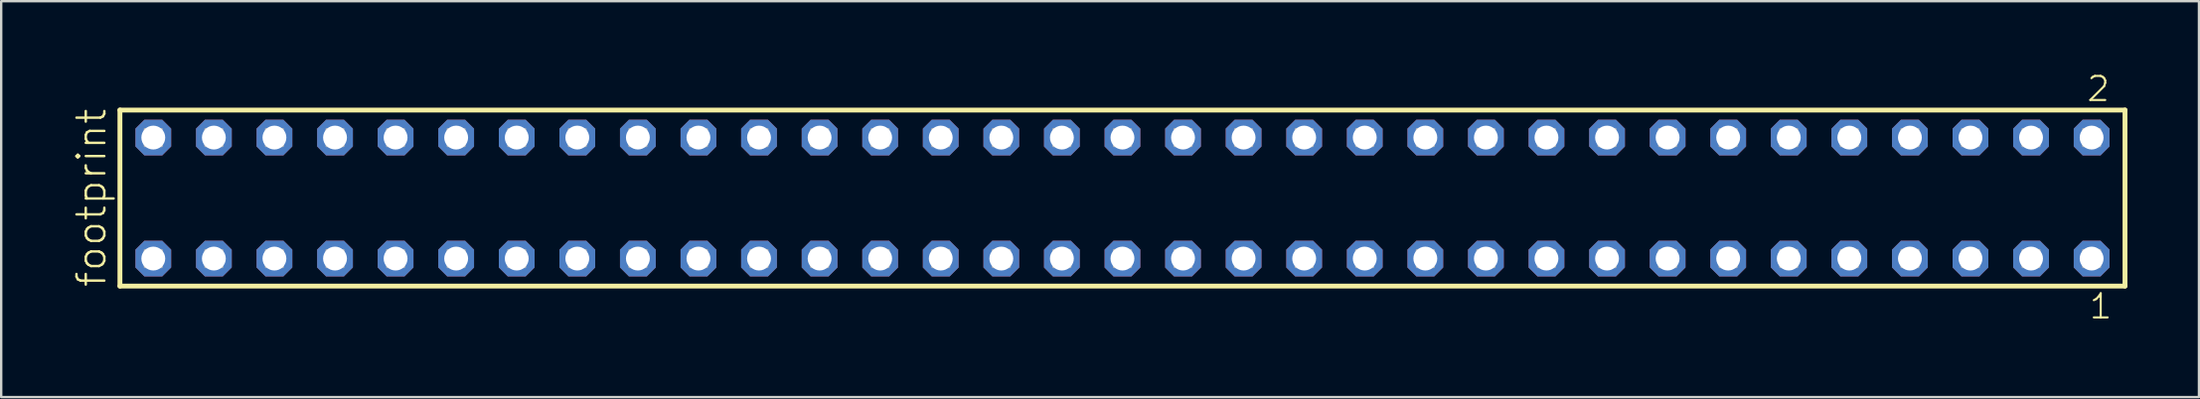
<source format=kicad_pcb>
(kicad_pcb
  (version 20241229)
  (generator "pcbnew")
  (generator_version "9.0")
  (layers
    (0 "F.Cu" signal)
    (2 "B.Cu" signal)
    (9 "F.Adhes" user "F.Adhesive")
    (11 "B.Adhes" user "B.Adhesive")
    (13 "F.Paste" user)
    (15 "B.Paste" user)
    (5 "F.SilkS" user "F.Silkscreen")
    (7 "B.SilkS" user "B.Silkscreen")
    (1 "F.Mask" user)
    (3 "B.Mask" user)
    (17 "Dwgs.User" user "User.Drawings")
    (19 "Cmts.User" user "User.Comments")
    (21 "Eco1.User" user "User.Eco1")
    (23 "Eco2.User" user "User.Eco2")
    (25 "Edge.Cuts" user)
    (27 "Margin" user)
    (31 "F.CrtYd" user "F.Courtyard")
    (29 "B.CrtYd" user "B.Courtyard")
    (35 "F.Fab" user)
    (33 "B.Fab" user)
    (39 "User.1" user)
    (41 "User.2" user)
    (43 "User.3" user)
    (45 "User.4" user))
  (footprint "footprint"
    (layer "F.Cu")
    (at 44.018 5.265)
    (property "Reference" "footprint" (at -42.545 3.81 90) (layer "F.SilkS") (effects (font (size 1.168 1.168) (thickness 0.102)) (justify left bottom)))
    (fp_line (start -42.039 -3.695) (end 42.039 -3.695) (stroke (width 0.203) (type solid)) (layer "F.SilkS"))
    (fp_line (start -42.039 3.695) (end -42.039 -3.695) (stroke (width 0.203) (type solid)) (layer "F.SilkS"))
    (fp_line (start 42.039 -3.695) (end 42.039 3.695) (stroke (width 0.203) (type solid)) (layer "F.SilkS"))
    (fp_line (start 42.039 3.695) (end -42.039 3.695) (stroke (width 0.203) (type solid)) (layer "F.SilkS"))
    (fp_poly (pts (xy -40.99 -2.19) (xy -40.29 -2.19) (xy -40.29 -2.89) (xy -40.99 -2.89)) (stroke (width 0.1) (type solid)) (fill no) (layer "F.Fab"))
    (fp_poly (pts (xy -40.99 2.89) (xy -40.29 2.89) (xy -40.29 2.19) (xy -40.99 2.19)) (stroke (width 0.1) (type solid)) (fill no) (layer "F.Fab"))
    (fp_poly (pts (xy -38.45 -2.19) (xy -37.75 -2.19) (xy -37.75 -2.89) (xy -38.45 -2.89)) (stroke (width 0.1) (type solid)) (fill no) (layer "F.Fab"))
    (fp_poly (pts (xy -38.45 2.89) (xy -37.75 2.89) (xy -37.75 2.19) (xy -38.45 2.19)) (stroke (width 0.1) (type solid)) (fill no) (layer "F.Fab"))
    (fp_poly (pts (xy -35.91 -2.19) (xy -35.21 -2.19) (xy -35.21 -2.89) (xy -35.91 -2.89)) (stroke (width 0.1) (type solid)) (fill no) (layer "F.Fab"))
    (fp_poly (pts (xy -35.91 2.89) (xy -35.21 2.89) (xy -35.21 2.19) (xy -35.91 2.19)) (stroke (width 0.1) (type solid)) (fill no) (layer "F.Fab"))
    (fp_poly (pts (xy -33.37 -2.19) (xy -32.67 -2.19) (xy -32.67 -2.89) (xy -33.37 -2.89)) (stroke (width 0.1) (type solid)) (fill no) (layer "F.Fab"))
    (fp_poly (pts (xy -33.37 2.89) (xy -32.67 2.89) (xy -32.67 2.19) (xy -33.37 2.19)) (stroke (width 0.1) (type solid)) (fill no) (layer "F.Fab"))
    (fp_poly (pts (xy -30.83 -2.19) (xy -30.13 -2.19) (xy -30.13 -2.89) (xy -30.83 -2.89)) (stroke (width 0.1) (type solid)) (fill no) (layer "F.Fab"))
    (fp_poly (pts (xy -30.83 2.89) (xy -30.13 2.89) (xy -30.13 2.19) (xy -30.83 2.19)) (stroke (width 0.1) (type solid)) (fill no) (layer "F.Fab"))
    (fp_poly (pts (xy -28.29 -2.19) (xy -27.59 -2.19) (xy -27.59 -2.89) (xy -28.29 -2.89)) (stroke (width 0.1) (type solid)) (fill no) (layer "F.Fab"))
    (fp_poly (pts (xy -28.29 2.89) (xy -27.59 2.89) (xy -27.59 2.19) (xy -28.29 2.19)) (stroke (width 0.1) (type solid)) (fill no) (layer "F.Fab"))
    (fp_poly (pts (xy -25.75 -2.19) (xy -25.05 -2.19) (xy -25.05 -2.89) (xy -25.75 -2.89)) (stroke (width 0.1) (type solid)) (fill no) (layer "F.Fab"))
    (fp_poly (pts (xy -25.75 2.89) (xy -25.05 2.89) (xy -25.05 2.19) (xy -25.75 2.19)) (stroke (width 0.1) (type solid)) (fill no) (layer "F.Fab"))
    (fp_poly (pts (xy -23.21 -2.19) (xy -22.51 -2.19) (xy -22.51 -2.89) (xy -23.21 -2.89)) (stroke (width 0.1) (type solid)) (fill no) (layer "F.Fab"))
    (fp_poly (pts (xy -23.21 2.89) (xy -22.51 2.89) (xy -22.51 2.19) (xy -23.21 2.19)) (stroke (width 0.1) (type solid)) (fill no) (layer "F.Fab"))
    (fp_poly (pts (xy -20.67 -2.19) (xy -19.97 -2.19) (xy -19.97 -2.89) (xy -20.67 -2.89)) (stroke (width 0.1) (type solid)) (fill no) (layer "F.Fab"))
    (fp_poly (pts (xy -20.67 2.89) (xy -19.97 2.89) (xy -19.97 2.19) (xy -20.67 2.19)) (stroke (width 0.1) (type solid)) (fill no) (layer "F.Fab"))
    (fp_poly (pts (xy -18.13 -2.19) (xy -17.43 -2.19) (xy -17.43 -2.89) (xy -18.13 -2.89)) (stroke (width 0.1) (type solid)) (fill no) (layer "F.Fab"))
    (fp_poly (pts (xy -18.13 2.89) (xy -17.43 2.89) (xy -17.43 2.19) (xy -18.13 2.19)) (stroke (width 0.1) (type solid)) (fill no) (layer "F.Fab"))
    (fp_poly (pts (xy -15.59 -2.19) (xy -14.89 -2.19) (xy -14.89 -2.89) (xy -15.59 -2.89)) (stroke (width 0.1) (type solid)) (fill no) (layer "F.Fab"))
    (fp_poly (pts (xy -15.59 2.89) (xy -14.89 2.89) (xy -14.89 2.19) (xy -15.59 2.19)) (stroke (width 0.1) (type solid)) (fill no) (layer "F.Fab"))
    (fp_poly (pts (xy -13.05 -2.19) (xy -12.35 -2.19) (xy -12.35 -2.89) (xy -13.05 -2.89)) (stroke (width 0.1) (type solid)) (fill no) (layer "F.Fab"))
    (fp_poly (pts (xy -13.05 2.89) (xy -12.35 2.89) (xy -12.35 2.19) (xy -13.05 2.19)) (stroke (width 0.1) (type solid)) (fill no) (layer "F.Fab"))
    (fp_poly (pts (xy -10.51 -2.19) (xy -9.81 -2.19) (xy -9.81 -2.89) (xy -10.51 -2.89)) (stroke (width 0.1) (type solid)) (fill no) (layer "F.Fab"))
    (fp_poly (pts (xy -10.51 2.89) (xy -9.81 2.89) (xy -9.81 2.19) (xy -10.51 2.19)) (stroke (width 0.1) (type solid)) (fill no) (layer "F.Fab"))
    (fp_poly (pts (xy -7.97 -2.19) (xy -7.27 -2.19) (xy -7.27 -2.89) (xy -7.97 -2.89)) (stroke (width 0.1) (type solid)) (fill no) (layer "F.Fab"))
    (fp_poly (pts (xy -7.97 2.89) (xy -7.27 2.89) (xy -7.27 2.19) (xy -7.97 2.19)) (stroke (width 0.1) (type solid)) (fill no) (layer "F.Fab"))
    (fp_poly (pts (xy -5.43 -2.19) (xy -4.73 -2.19) (xy -4.73 -2.89) (xy -5.43 -2.89)) (stroke (width 0.1) (type solid)) (fill no) (layer "F.Fab"))
    (fp_poly (pts (xy -5.43 2.89) (xy -4.73 2.89) (xy -4.73 2.19) (xy -5.43 2.19)) (stroke (width 0.1) (type solid)) (fill no) (layer "F.Fab"))
    (fp_poly (pts (xy -2.89 -2.19) (xy -2.19 -2.19) (xy -2.19 -2.89) (xy -2.89 -2.89)) (stroke (width 0.1) (type solid)) (fill no) (layer "F.Fab"))
    (fp_poly (pts (xy -2.89 2.89) (xy -2.19 2.89) (xy -2.19 2.19) (xy -2.89 2.19)) (stroke (width 0.1) (type solid)) (fill no) (layer "F.Fab"))
    (fp_poly (pts (xy -0.35 -2.19) (xy 0.35 -2.19) (xy 0.35 -2.89) (xy -0.35 -2.89)) (stroke (width 0.1) (type solid)) (fill no) (layer "F.Fab"))
    (fp_poly (pts (xy -0.35 2.89) (xy 0.35 2.89) (xy 0.35 2.19) (xy -0.35 2.19)) (stroke (width 0.1) (type solid)) (fill no) (layer "F.Fab"))
    (fp_poly (pts (xy 2.19 -2.19) (xy 2.89 -2.19) (xy 2.89 -2.89) (xy 2.19 -2.89)) (stroke (width 0.1) (type solid)) (fill no) (layer "F.Fab"))
    (fp_poly (pts (xy 2.19 2.89) (xy 2.89 2.89) (xy 2.89 2.19) (xy 2.19 2.19)) (stroke (width 0.1) (type solid)) (fill no) (layer "F.Fab"))
    (fp_poly (pts (xy 4.73 -2.19) (xy 5.43 -2.19) (xy 5.43 -2.89) (xy 4.73 -2.89)) (stroke (width 0.1) (type solid)) (fill no) (layer "F.Fab"))
    (fp_poly (pts (xy 4.73 2.89) (xy 5.43 2.89) (xy 5.43 2.19) (xy 4.73 2.19)) (stroke (width 0.1) (type solid)) (fill no) (layer "F.Fab"))
    (fp_poly (pts (xy 7.27 -2.19) (xy 7.97 -2.19) (xy 7.97 -2.89) (xy 7.27 -2.89)) (stroke (width 0.1) (type solid)) (fill no) (layer "F.Fab"))
    (fp_poly (pts (xy 7.27 2.89) (xy 7.97 2.89) (xy 7.97 2.19) (xy 7.27 2.19)) (stroke (width 0.1) (type solid)) (fill no) (layer "F.Fab"))
    (fp_poly (pts (xy 9.81 -2.19) (xy 10.51 -2.19) (xy 10.51 -2.89) (xy 9.81 -2.89)) (stroke (width 0.1) (type solid)) (fill no) (layer "F.Fab"))
    (fp_poly (pts (xy 9.81 2.89) (xy 10.51 2.89) (xy 10.51 2.19) (xy 9.81 2.19)) (stroke (width 0.1) (type solid)) (fill no) (layer "F.Fab"))
    (fp_poly (pts (xy 12.35 -2.19) (xy 13.05 -2.19) (xy 13.05 -2.89) (xy 12.35 -2.89)) (stroke (width 0.1) (type solid)) (fill no) (layer "F.Fab"))
    (fp_poly (pts (xy 12.35 2.89) (xy 13.05 2.89) (xy 13.05 2.19) (xy 12.35 2.19)) (stroke (width 0.1) (type solid)) (fill no) (layer "F.Fab"))
    (fp_poly (pts (xy 14.89 -2.19) (xy 15.59 -2.19) (xy 15.59 -2.89) (xy 14.89 -2.89)) (stroke (width 0.1) (type solid)) (fill no) (layer "F.Fab"))
    (fp_poly (pts (xy 14.89 2.89) (xy 15.59 2.89) (xy 15.59 2.19) (xy 14.89 2.19)) (stroke (width 0.1) (type solid)) (fill no) (layer "F.Fab"))
    (fp_poly (pts (xy 17.43 -2.19) (xy 18.13 -2.19) (xy 18.13 -2.89) (xy 17.43 -2.89)) (stroke (width 0.1) (type solid)) (fill no) (layer "F.Fab"))
    (fp_poly (pts (xy 17.43 2.89) (xy 18.13 2.89) (xy 18.13 2.19) (xy 17.43 2.19)) (stroke (width 0.1) (type solid)) (fill no) (layer "F.Fab"))
    (fp_poly (pts (xy 19.97 -2.19) (xy 20.67 -2.19) (xy 20.67 -2.89) (xy 19.97 -2.89)) (stroke (width 0.1) (type solid)) (fill no) (layer "F.Fab"))
    (fp_poly (pts (xy 19.97 2.89) (xy 20.67 2.89) (xy 20.67 2.19) (xy 19.97 2.19)) (stroke (width 0.1) (type solid)) (fill no) (layer "F.Fab"))
    (fp_poly (pts (xy 22.51 -2.19) (xy 23.21 -2.19) (xy 23.21 -2.89) (xy 22.51 -2.89)) (stroke (width 0.1) (type solid)) (fill no) (layer "F.Fab"))
    (fp_poly (pts (xy 22.51 2.89) (xy 23.21 2.89) (xy 23.21 2.19) (xy 22.51 2.19)) (stroke (width 0.1) (type solid)) (fill no) (layer "F.Fab"))
    (fp_poly (pts (xy 25.05 -2.19) (xy 25.75 -2.19) (xy 25.75 -2.89) (xy 25.05 -2.89)) (stroke (width 0.1) (type solid)) (fill no) (layer "F.Fab"))
    (fp_poly (pts (xy 25.05 2.89) (xy 25.75 2.89) (xy 25.75 2.19) (xy 25.05 2.19)) (stroke (width 0.1) (type solid)) (fill no) (layer "F.Fab"))
    (fp_poly (pts (xy 27.59 -2.19) (xy 28.29 -2.19) (xy 28.29 -2.89) (xy 27.59 -2.89)) (stroke (width 0.1) (type solid)) (fill no) (layer "F.Fab"))
    (fp_poly (pts (xy 27.59 2.89) (xy 28.29 2.89) (xy 28.29 2.19) (xy 27.59 2.19)) (stroke (width 0.1) (type solid)) (fill no) (layer "F.Fab"))
    (fp_poly (pts (xy 30.13 -2.19) (xy 30.83 -2.19) (xy 30.83 -2.89) (xy 30.13 -2.89)) (stroke (width 0.1) (type solid)) (fill no) (layer "F.Fab"))
    (fp_poly (pts (xy 30.13 2.89) (xy 30.83 2.89) (xy 30.83 2.19) (xy 30.13 2.19)) (stroke (width 0.1) (type solid)) (fill no) (layer "F.Fab"))
    (fp_poly (pts (xy 32.67 -2.19) (xy 33.37 -2.19) (xy 33.37 -2.89) (xy 32.67 -2.89)) (stroke (width 0.1) (type solid)) (fill no) (layer "F.Fab"))
    (fp_poly (pts (xy 32.67 2.89) (xy 33.37 2.89) (xy 33.37 2.19) (xy 32.67 2.19)) (stroke (width 0.1) (type solid)) (fill no) (layer "F.Fab"))
    (fp_poly (pts (xy 35.21 -2.19) (xy 35.91 -2.19) (xy 35.91 -2.89) (xy 35.21 -2.89)) (stroke (width 0.1) (type solid)) (fill no) (layer "F.Fab"))
    (fp_poly (pts (xy 35.21 2.89) (xy 35.91 2.89) (xy 35.91 2.19) (xy 35.21 2.19)) (stroke (width 0.1) (type solid)) (fill no) (layer "F.Fab"))
    (fp_poly (pts (xy 37.75 -2.19) (xy 38.45 -2.19) (xy 38.45 -2.89) (xy 37.75 -2.89)) (stroke (width 0.1) (type solid)) (fill no) (layer "F.Fab"))
    (fp_poly (pts (xy 37.75 2.89) (xy 38.45 2.89) (xy 38.45 2.19) (xy 37.75 2.19)) (stroke (width 0.1) (type solid)) (fill no) (layer "F.Fab"))
    (fp_poly (pts (xy 40.29 -2.19) (xy 40.99 -2.19) (xy 40.99 -2.89) (xy 40.29 -2.89)) (stroke (width 0.1) (type solid)) (fill no) (layer "F.Fab"))
    (fp_poly (pts (xy 40.29 2.89) (xy 40.99 2.89) (xy 40.99 2.19) (xy 40.29 2.19)) (stroke (width 0.1) (type solid)) (fill no) (layer "F.Fab"))
    (fp_text user "2" (at 40.382 -3.989 0) (layer "F.SilkS") (effects (font (size 1.012 1.012) (thickness 0.088)) (justify left bottom)))
    (fp_text user "1" (at 40.482 5.138 0) (layer "F.SilkS") (effects (font (size 1.012 1.012) (thickness 0.088)) (justify left bottom)))
    (pad "1" thru_hole roundrect (at 40.64 2.54 180) (size 1.5 1.5) (drill 1) (layers "*.Cu" "*.Mask") (roundrect_rratio 0.25) (chamfer_ratio 0.25) (chamfer top_left top_right bottom_left bottom_right))
    (pad "2" thru_hole roundrect (at 40.64 -2.54 180) (size 1.5 1.5) (drill 1) (layers "*.Cu" "*.Mask") (roundrect_rratio 0.25) (chamfer_ratio 0.25) (chamfer top_left top_right bottom_left bottom_right))
    (pad "3" thru_hole roundrect (at 38.1 2.54 180) (size 1.5 1.5) (drill 1) (layers "*.Cu" "*.Mask") (roundrect_rratio 0.25) (chamfer_ratio 0.25) (chamfer top_left top_right bottom_left bottom_right))
    (pad "4" thru_hole roundrect (at 38.1 -2.54 180) (size 1.5 1.5) (drill 1) (layers "*.Cu" "*.Mask") (roundrect_rratio 0.25) (chamfer_ratio 0.25) (chamfer top_left top_right bottom_left bottom_right))
    (pad "5" thru_hole roundrect (at 35.56 2.54 180) (size 1.5 1.5) (drill 1) (layers "*.Cu" "*.Mask") (roundrect_rratio 0.25) (chamfer_ratio 0.25) (chamfer top_left top_right bottom_left bottom_right))
    (pad "6" thru_hole roundrect (at 35.56 -2.54 180) (size 1.5 1.5) (drill 1) (layers "*.Cu" "*.Mask") (roundrect_rratio 0.25) (chamfer_ratio 0.25) (chamfer top_left top_right bottom_left bottom_right))
    (pad "7" thru_hole roundrect (at 33.02 2.54 180) (size 1.5 1.5) (drill 1) (layers "*.Cu" "*.Mask") (roundrect_rratio 0.25) (chamfer_ratio 0.25) (chamfer top_left top_right bottom_left bottom_right))
    (pad "8" thru_hole roundrect (at 33.02 -2.54 180) (size 1.5 1.5) (drill 1) (layers "*.Cu" "*.Mask") (roundrect_rratio 0.25) (chamfer_ratio 0.25) (chamfer top_left top_right bottom_left bottom_right))
    (pad "9" thru_hole roundrect (at 30.48 2.54 180) (size 1.5 1.5) (drill 1) (layers "*.Cu" "*.Mask") (roundrect_rratio 0.25) (chamfer_ratio 0.25) (chamfer top_left top_right bottom_left bottom_right))
    (pad "10" thru_hole roundrect (at 30.48 -2.54 180) (size 1.5 1.5) (drill 1) (layers "*.Cu" "*.Mask") (roundrect_rratio 0.25) (chamfer_ratio 0.25) (chamfer top_left top_right bottom_left bottom_right))
    (pad "11" thru_hole roundrect (at 27.94 2.54 180) (size 1.5 1.5) (drill 1) (layers "*.Cu" "*.Mask") (roundrect_rratio 0.25) (chamfer_ratio 0.25) (chamfer top_left top_right bottom_left bottom_right))
    (pad "12" thru_hole roundrect (at 27.94 -2.54 180) (size 1.5 1.5) (drill 1) (layers "*.Cu" "*.Mask") (roundrect_rratio 0.25) (chamfer_ratio 0.25) (chamfer top_left top_right bottom_left bottom_right))
    (pad "13" thru_hole roundrect (at 25.4 2.54 180) (size 1.5 1.5) (drill 1) (layers "*.Cu" "*.Mask") (roundrect_rratio 0.25) (chamfer_ratio 0.25) (chamfer top_left top_right bottom_left bottom_right))
    (pad "14" thru_hole roundrect (at 25.4 -2.54 180) (size 1.5 1.5) (drill 1) (layers "*.Cu" "*.Mask") (roundrect_rratio 0.25) (chamfer_ratio 0.25) (chamfer top_left top_right bottom_left bottom_right))
    (pad "15" thru_hole roundrect (at 22.86 2.54 180) (size 1.5 1.5) (drill 1) (layers "*.Cu" "*.Mask") (roundrect_rratio 0.25) (chamfer_ratio 0.25) (chamfer top_left top_right bottom_left bottom_right))
    (pad "16" thru_hole roundrect (at 22.86 -2.54 180) (size 1.5 1.5) (drill 1) (layers "*.Cu" "*.Mask") (roundrect_rratio 0.25) (chamfer_ratio 0.25) (chamfer top_left top_right bottom_left bottom_right))
    (pad "17" thru_hole roundrect (at 20.32 2.54 180) (size 1.5 1.5) (drill 1) (layers "*.Cu" "*.Mask") (roundrect_rratio 0.25) (chamfer_ratio 0.25) (chamfer top_left top_right bottom_left bottom_right))
    (pad "18" thru_hole roundrect (at 20.32 -2.54 180) (size 1.5 1.5) (drill 1) (layers "*.Cu" "*.Mask") (roundrect_rratio 0.25) (chamfer_ratio 0.25) (chamfer top_left top_right bottom_left bottom_right))
    (pad "19" thru_hole roundrect (at 17.78 2.54 180) (size 1.5 1.5) (drill 1) (layers "*.Cu" "*.Mask") (roundrect_rratio 0.25) (chamfer_ratio 0.25) (chamfer top_left top_right bottom_left bottom_right))
    (pad "20" thru_hole roundrect (at 17.78 -2.54 180) (size 1.5 1.5) (drill 1) (layers "*.Cu" "*.Mask") (roundrect_rratio 0.25) (chamfer_ratio 0.25) (chamfer top_left top_right bottom_left bottom_right))
    (pad "21" thru_hole roundrect (at 15.24 2.54 180) (size 1.5 1.5) (drill 1) (layers "*.Cu" "*.Mask") (roundrect_rratio 0.25) (chamfer_ratio 0.25) (chamfer top_left top_right bottom_left bottom_right))
    (pad "22" thru_hole roundrect (at 15.24 -2.54 180) (size 1.5 1.5) (drill 1) (layers "*.Cu" "*.Mask") (roundrect_rratio 0.25) (chamfer_ratio 0.25) (chamfer top_left top_right bottom_left bottom_right))
    (pad "23" thru_hole roundrect (at 12.7 2.54 180) (size 1.5 1.5) (drill 1) (layers "*.Cu" "*.Mask") (roundrect_rratio 0.25) (chamfer_ratio 0.25) (chamfer top_left top_right bottom_left bottom_right))
    (pad "24" thru_hole roundrect (at 12.7 -2.54 180) (size 1.5 1.5) (drill 1) (layers "*.Cu" "*.Mask") (roundrect_rratio 0.25) (chamfer_ratio 0.25) (chamfer top_left top_right bottom_left bottom_right))
    (pad "25" thru_hole roundrect (at 10.16 2.54 180) (size 1.5 1.5) (drill 1) (layers "*.Cu" "*.Mask") (roundrect_rratio 0.25) (chamfer_ratio 0.25) (chamfer top_left top_right bottom_left bottom_right))
    (pad "26" thru_hole roundrect (at 10.16 -2.54 180) (size 1.5 1.5) (drill 1) (layers "*.Cu" "*.Mask") (roundrect_rratio 0.25) (chamfer_ratio 0.25) (chamfer top_left top_right bottom_left bottom_right))
    (pad "27" thru_hole roundrect (at 7.62 2.54 180) (size 1.5 1.5) (drill 1) (layers "*.Cu" "*.Mask") (roundrect_rratio 0.25) (chamfer_ratio 0.25) (chamfer top_left top_right bottom_left bottom_right))
    (pad "28" thru_hole roundrect (at 7.62 -2.54 180) (size 1.5 1.5) (drill 1) (layers "*.Cu" "*.Mask") (roundrect_rratio 0.25) (chamfer_ratio 0.25) (chamfer top_left top_right bottom_left bottom_right))
    (pad "29" thru_hole roundrect (at 5.08 2.54 180) (size 1.5 1.5) (drill 1) (layers "*.Cu" "*.Mask") (roundrect_rratio 0.25) (chamfer_ratio 0.25) (chamfer top_left top_right bottom_left bottom_right))
    (pad "30" thru_hole roundrect (at 5.08 -2.54 180) (size 1.5 1.5) (drill 1) (layers "*.Cu" "*.Mask") (roundrect_rratio 0.25) (chamfer_ratio 0.25) (chamfer top_left top_right bottom_left bottom_right))
    (pad "31" thru_hole roundrect (at 2.54 2.54 180) (size 1.5 1.5) (drill 1) (layers "*.Cu" "*.Mask") (roundrect_rratio 0.25) (chamfer_ratio 0.25) (chamfer top_left top_right bottom_left bottom_right))
    (pad "32" thru_hole roundrect (at 2.54 -2.54 180) (size 1.5 1.5) (drill 1) (layers "*.Cu" "*.Mask") (roundrect_rratio 0.25) (chamfer_ratio 0.25) (chamfer top_left top_right bottom_left bottom_right))
    (pad "33" thru_hole roundrect (at 0 2.54 180) (size 1.5 1.5) (drill 1) (layers "*.Cu" "*.Mask") (roundrect_rratio 0.25) (chamfer_ratio 0.25) (chamfer top_left top_right bottom_left bottom_right))
    (pad "34" thru_hole roundrect (at 0 -2.54 180) (size 1.5 1.5) (drill 1) (layers "*.Cu" "*.Mask") (roundrect_rratio 0.25) (chamfer_ratio 0.25) (chamfer top_left top_right bottom_left bottom_right))
    (pad "35" thru_hole roundrect (at -2.54 2.54 180) (size 1.5 1.5) (drill 1) (layers "*.Cu" "*.Mask") (roundrect_rratio 0.25) (chamfer_ratio 0.25) (chamfer top_left top_right bottom_left bottom_right))
    (pad "36" thru_hole roundrect (at -2.54 -2.54 180) (size 1.5 1.5) (drill 1) (layers "*.Cu" "*.Mask") (roundrect_rratio 0.25) (chamfer_ratio 0.25) (chamfer top_left top_right bottom_left bottom_right))
    (pad "37" thru_hole roundrect (at -5.08 2.54 180) (size 1.5 1.5) (drill 1) (layers "*.Cu" "*.Mask") (roundrect_rratio 0.25) (chamfer_ratio 0.25) (chamfer top_left top_right bottom_left bottom_right))
    (pad "38" thru_hole roundrect (at -5.08 -2.54 180) (size 1.5 1.5) (drill 1) (layers "*.Cu" "*.Mask") (roundrect_rratio 0.25) (chamfer_ratio 0.25) (chamfer top_left top_right bottom_left bottom_right))
    (pad "39" thru_hole roundrect (at -7.62 2.54 180) (size 1.5 1.5) (drill 1) (layers "*.Cu" "*.Mask") (roundrect_rratio 0.25) (chamfer_ratio 0.25) (chamfer top_left top_right bottom_left bottom_right))
    (pad "40" thru_hole roundrect (at -7.62 -2.54 180) (size 1.5 1.5) (drill 1) (layers "*.Cu" "*.Mask") (roundrect_rratio 0.25) (chamfer_ratio 0.25) (chamfer top_left top_right bottom_left bottom_right))
    (pad "41" thru_hole roundrect (at -10.16 2.54 180) (size 1.5 1.5) (drill 1) (layers "*.Cu" "*.Mask") (roundrect_rratio 0.25) (chamfer_ratio 0.25) (chamfer top_left top_right bottom_left bottom_right))
    (pad "42" thru_hole roundrect (at -10.16 -2.54 180) (size 1.5 1.5) (drill 1) (layers "*.Cu" "*.Mask") (roundrect_rratio 0.25) (chamfer_ratio 0.25) (chamfer top_left top_right bottom_left bottom_right))
    (pad "43" thru_hole roundrect (at -12.7 2.54 180) (size 1.5 1.5) (drill 1) (layers "*.Cu" "*.Mask") (roundrect_rratio 0.25) (chamfer_ratio 0.25) (chamfer top_left top_right bottom_left bottom_right))
    (pad "44" thru_hole roundrect (at -12.7 -2.54 180) (size 1.5 1.5) (drill 1) (layers "*.Cu" "*.Mask") (roundrect_rratio 0.25) (chamfer_ratio 0.25) (chamfer top_left top_right bottom_left bottom_right))
    (pad "45" thru_hole roundrect (at -15.24 2.54 180) (size 1.5 1.5) (drill 1) (layers "*.Cu" "*.Mask") (roundrect_rratio 0.25) (chamfer_ratio 0.25) (chamfer top_left top_right bottom_left bottom_right))
    (pad "46" thru_hole roundrect (at -15.24 -2.54 180) (size 1.5 1.5) (drill 1) (layers "*.Cu" "*.Mask") (roundrect_rratio 0.25) (chamfer_ratio 0.25) (chamfer top_left top_right bottom_left bottom_right))
    (pad "47" thru_hole roundrect (at -17.78 2.54 180) (size 1.5 1.5) (drill 1) (layers "*.Cu" "*.Mask") (roundrect_rratio 0.25) (chamfer_ratio 0.25) (chamfer top_left top_right bottom_left bottom_right))
    (pad "48" thru_hole roundrect (at -17.78 -2.54 180) (size 1.5 1.5) (drill 1) (layers "*.Cu" "*.Mask") (roundrect_rratio 0.25) (chamfer_ratio 0.25) (chamfer top_left top_right bottom_left bottom_right))
    (pad "49" thru_hole roundrect (at -20.32 2.54 180) (size 1.5 1.5) (drill 1) (layers "*.Cu" "*.Mask") (roundrect_rratio 0.25) (chamfer_ratio 0.25) (chamfer top_left top_right bottom_left bottom_right))
    (pad "50" thru_hole roundrect (at -20.32 -2.54 180) (size 1.5 1.5) (drill 1) (layers "*.Cu" "*.Mask") (roundrect_rratio 0.25) (chamfer_ratio 0.25) (chamfer top_left top_right bottom_left bottom_right))
    (pad "51" thru_hole roundrect (at -22.86 2.54 180) (size 1.5 1.5) (drill 1) (layers "*.Cu" "*.Mask") (roundrect_rratio 0.25) (chamfer_ratio 0.25) (chamfer top_left top_right bottom_left bottom_right))
    (pad "52" thru_hole roundrect (at -22.86 -2.54 180) (size 1.5 1.5) (drill 1) (layers "*.Cu" "*.Mask") (roundrect_rratio 0.25) (chamfer_ratio 0.25) (chamfer top_left top_right bottom_left bottom_right))
    (pad "53" thru_hole roundrect (at -25.4 2.54 180) (size 1.5 1.5) (drill 1) (layers "*.Cu" "*.Mask") (roundrect_rratio 0.25) (chamfer_ratio 0.25) (chamfer top_left top_right bottom_left bottom_right))
    (pad "54" thru_hole roundrect (at -25.4 -2.54 180) (size 1.5 1.5) (drill 1) (layers "*.Cu" "*.Mask") (roundrect_rratio 0.25) (chamfer_ratio 0.25) (chamfer top_left top_right bottom_left bottom_right))
    (pad "55" thru_hole roundrect (at -27.94 2.54 180) (size 1.5 1.5) (drill 1) (layers "*.Cu" "*.Mask") (roundrect_rratio 0.25) (chamfer_ratio 0.25) (chamfer top_left top_right bottom_left bottom_right))
    (pad "56" thru_hole roundrect (at -27.94 -2.54 180) (size 1.5 1.5) (drill 1) (layers "*.Cu" "*.Mask") (roundrect_rratio 0.25) (chamfer_ratio 0.25) (chamfer top_left top_right bottom_left bottom_right))
    (pad "57" thru_hole roundrect (at -30.48 2.54 180) (size 1.5 1.5) (drill 1) (layers "*.Cu" "*.Mask") (roundrect_rratio 0.25) (chamfer_ratio 0.25) (chamfer top_left top_right bottom_left bottom_right))
    (pad "58" thru_hole roundrect (at -30.48 -2.54 180) (size 1.5 1.5) (drill 1) (layers "*.Cu" "*.Mask") (roundrect_rratio 0.25) (chamfer_ratio 0.25) (chamfer top_left top_right bottom_left bottom_right))
    (pad "59" thru_hole roundrect (at -33.02 2.54 180) (size 1.5 1.5) (drill 1) (layers "*.Cu" "*.Mask") (roundrect_rratio 0.25) (chamfer_ratio 0.25) (chamfer top_left top_right bottom_left bottom_right))
    (pad "60" thru_hole roundrect (at -33.02 -2.54 180) (size 1.5 1.5) (drill 1) (layers "*.Cu" "*.Mask") (roundrect_rratio 0.25) (chamfer_ratio 0.25) (chamfer top_left top_right bottom_left bottom_right))
    (pad "61" thru_hole roundrect (at -35.56 2.54 180) (size 1.5 1.5) (drill 1) (layers "*.Cu" "*.Mask") (roundrect_rratio 0.25) (chamfer_ratio 0.25) (chamfer top_left top_right bottom_left bottom_right))
    (pad "62" thru_hole roundrect (at -35.56 -2.54 180) (size 1.5 1.5) (drill 1) (layers "*.Cu" "*.Mask") (roundrect_rratio 0.25) (chamfer_ratio 0.25) (chamfer top_left top_right bottom_left bottom_right))
    (pad "63" thru_hole roundrect (at -38.1 2.54 180) (size 1.5 1.5) (drill 1) (layers "*.Cu" "*.Mask") (roundrect_rratio 0.25) (chamfer_ratio 0.25) (chamfer top_left top_right bottom_left bottom_right))
    (pad "64" thru_hole roundrect (at -38.1 -2.54 180) (size 1.5 1.5) (drill 1) (layers "*.Cu" "*.Mask") (roundrect_rratio 0.25) (chamfer_ratio 0.25) (chamfer top_left top_right bottom_left bottom_right))
    (pad "65" thru_hole roundrect (at -40.64 2.54 180) (size 1.5 1.5) (drill 1) (layers "*.Cu" "*.Mask") (roundrect_rratio 0.25) (chamfer_ratio 0.25) (chamfer top_left top_right bottom_left bottom_right))
    (pad "66" thru_hole roundrect (at -40.64 -2.54 180) (size 1.5 1.5) (drill 1) (layers "*.Cu" "*.Mask") (roundrect_rratio 0.25) (chamfer_ratio 0.25) (chamfer top_left top_right bottom_left bottom_right)))
  (gr_rect
    (start -3 -3)
    (end 89.159 13.62)
    (stroke (width 0.1) (type default))
    (fill no)
    (layer "Edge.Cuts")))
</source>
